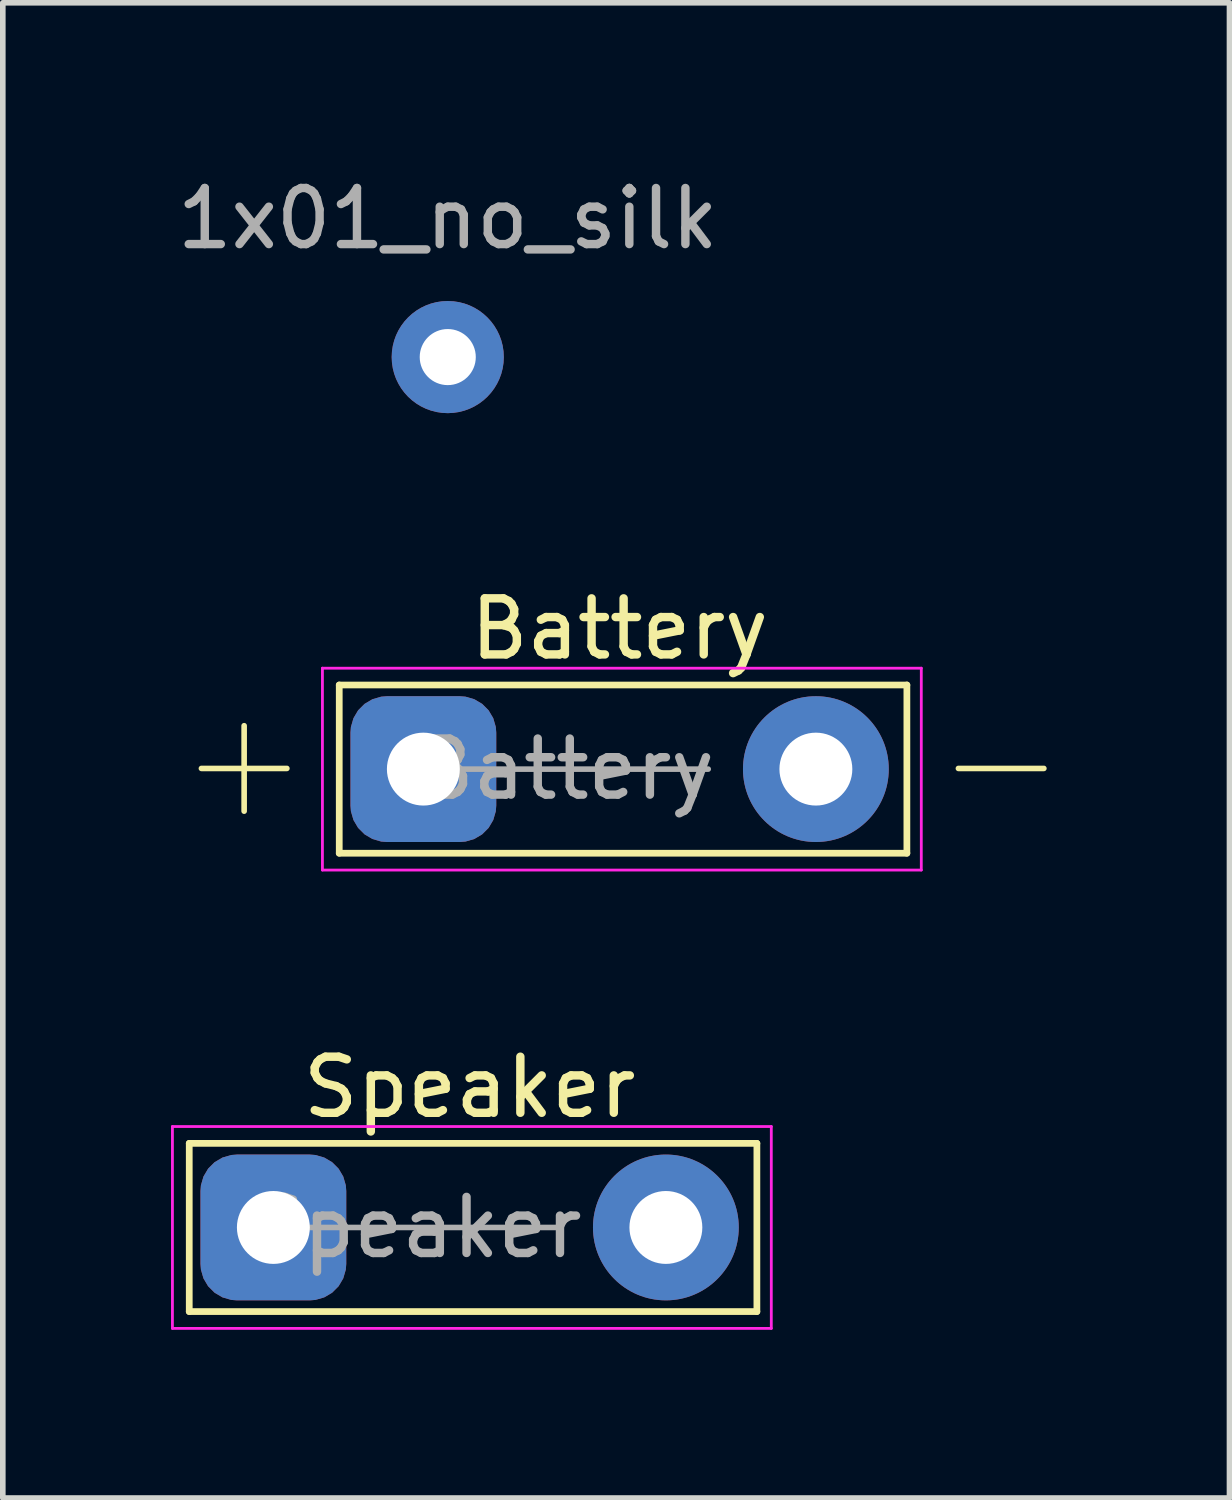
<source format=kicad_pcb>
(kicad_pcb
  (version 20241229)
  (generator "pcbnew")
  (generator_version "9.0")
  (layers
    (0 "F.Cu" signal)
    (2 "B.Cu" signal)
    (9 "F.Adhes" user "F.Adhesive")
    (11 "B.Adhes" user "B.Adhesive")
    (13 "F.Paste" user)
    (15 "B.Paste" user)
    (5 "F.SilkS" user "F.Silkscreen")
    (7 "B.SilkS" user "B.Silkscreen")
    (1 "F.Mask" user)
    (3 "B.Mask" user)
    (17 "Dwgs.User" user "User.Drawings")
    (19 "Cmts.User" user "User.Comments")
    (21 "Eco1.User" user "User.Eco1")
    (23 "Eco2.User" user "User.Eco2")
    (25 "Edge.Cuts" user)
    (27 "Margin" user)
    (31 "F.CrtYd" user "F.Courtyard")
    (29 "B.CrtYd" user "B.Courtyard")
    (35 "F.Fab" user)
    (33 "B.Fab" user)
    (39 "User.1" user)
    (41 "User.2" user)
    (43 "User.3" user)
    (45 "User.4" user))
  (footprint "Battery"
    (layer "F.Cu")
    (at 4.5 10.666)
    (property "Reference" "Battery" (at 3.5 -2.5 0) (layer "F.SilkS") (effects (font (size 1 1) (thickness 0.15))))
    (attr exclude_from_pos_files)
    (fp_line (start -1.5 -1.5) (end -1.5 1.5) (stroke (width 0.12) (type solid)) (layer "F.SilkS"))
    (fp_line (start -1.5 -1.5) (end 8.623 -1.5) (stroke (width 0.12) (type solid)) (layer "F.SilkS"))
    (fp_line (start 8.623 1.5) (end -1.5 1.5) (stroke (width 0.12) (type solid)) (layer "F.SilkS"))
    (fp_line (start 8.623 1.5) (end 8.623 -1.5) (stroke (width 0.12) (type solid)) (layer "F.SilkS"))
    (fp_line (start -1.8 -1.8) (end -1.8 1.8) (stroke (width 0.05) (type solid)) (layer "F.CrtYd"))
    (fp_line (start -1.8 -1.8) (end 8.88 -1.8) (stroke (width 0.05) (type solid)) (layer "F.CrtYd"))
    (fp_line (start 8.88 1.8) (end -1.8 1.8) (stroke (width 0.05) (type solid)) (layer "F.CrtYd"))
    (fp_line (start 8.88 1.8) (end 8.88 -1.8) (stroke (width 0.05) (type solid)) (layer "F.CrtYd"))
    (fp_line (start 5.08 0) (end 0 0) (stroke (width 0.1) (type solid)) (layer "F.Fab"))
    (fp_text user "+" (at -4.5 1 0) (unlocked yes) (layer "F.SilkS") (effects (font (size 2 2) (thickness 0.1)) (justify left bottom)))
    (fp_text user "-" (at 9 1 0) (unlocked yes) (layer "F.SilkS") (effects (font (size 2 2) (thickness 0.1)) (justify left bottom)))
    (fp_text user "${REFERENCE}" (at 2.54 0 0) (layer "F.Fab") (effects (font (size 1 1) (thickness 0.15))))
    (pad "1" thru_hole roundrect (at 0 0) (size 2.6 2.6) (drill 1.3) (layers "*.Cu" "*.Mask") (roundrect_rratio 0.25))
    (pad "2" thru_hole circle (at 7 0) (size 2.6 2.6) (drill 1.3) (layers "*.Cu" "*.Mask")))
  (footprint "1x01_no_silk"
    (layer "F.Cu")
    (at 4.935 3.318)
    (property "Reference" "1x01_no_silk" (at 0 -2.47 0) (layer "F.Fab") (effects (font (size 1 1) (thickness 0.15))))
    (attr exclude_from_pos_files exclude_from_bom)
    (pad "1" thru_hole circle (at 0 0) (size 2 2) (drill 1) (layers "*.Cu" "*.Mask")))
  (footprint "Speaker"
    (layer "F.Cu")
    (at 1.825 18.84)
    (property "Reference" "Speaker" (at 3.5 -2.5 0) (layer "F.SilkS") (effects (font (size 1 1) (thickness 0.15))))
    (attr exclude_from_pos_files)
    (fp_line (start -1.5 -1.5) (end -1.5 1.5) (stroke (width 0.12) (type solid)) (layer "F.SilkS"))
    (fp_line (start -1.5 -1.5) (end 8.623 -1.5) (stroke (width 0.12) (type solid)) (layer "F.SilkS"))
    (fp_line (start 8.623 1.5) (end -1.5 1.5) (stroke (width 0.12) (type solid)) (layer "F.SilkS"))
    (fp_line (start 8.623 1.5) (end 8.623 -1.5) (stroke (width 0.12) (type solid)) (layer "F.SilkS"))
    (fp_line (start -1.8 -1.8) (end -1.8 1.8) (stroke (width 0.05) (type solid)) (layer "F.CrtYd"))
    (fp_line (start -1.8 -1.8) (end 8.88 -1.8) (stroke (width 0.05) (type solid)) (layer "F.CrtYd"))
    (fp_line (start 8.88 1.8) (end -1.8 1.8) (stroke (width 0.05) (type solid)) (layer "F.CrtYd"))
    (fp_line (start 8.88 1.8) (end 8.88 -1.8) (stroke (width 0.05) (type solid)) (layer "F.CrtYd"))
    (fp_line (start 5.08 0) (end 0 0) (stroke (width 0.1) (type solid)) (layer "F.Fab"))
    (fp_text user "${REFERENCE}" (at 2.54 0 0) (layer "F.Fab") (effects (font (size 1 1) (thickness 0.15))))
    (pad "1" thru_hole roundrect (at 0 0) (size 2.6 2.6) (drill 1.3) (layers "*.Cu" "*.Mask") (roundrect_rratio 0.25))
    (pad "2" thru_hole circle (at 7 0) (size 2.6 2.6) (drill 1.3) (layers "*.Cu" "*.Mask")))
  (gr_rect
    (start -3 -3)
    (end 18.876 23.665)
    (stroke (width 0.1) (type default))
    (fill no)
    (layer "Edge.Cuts")))
</source>
